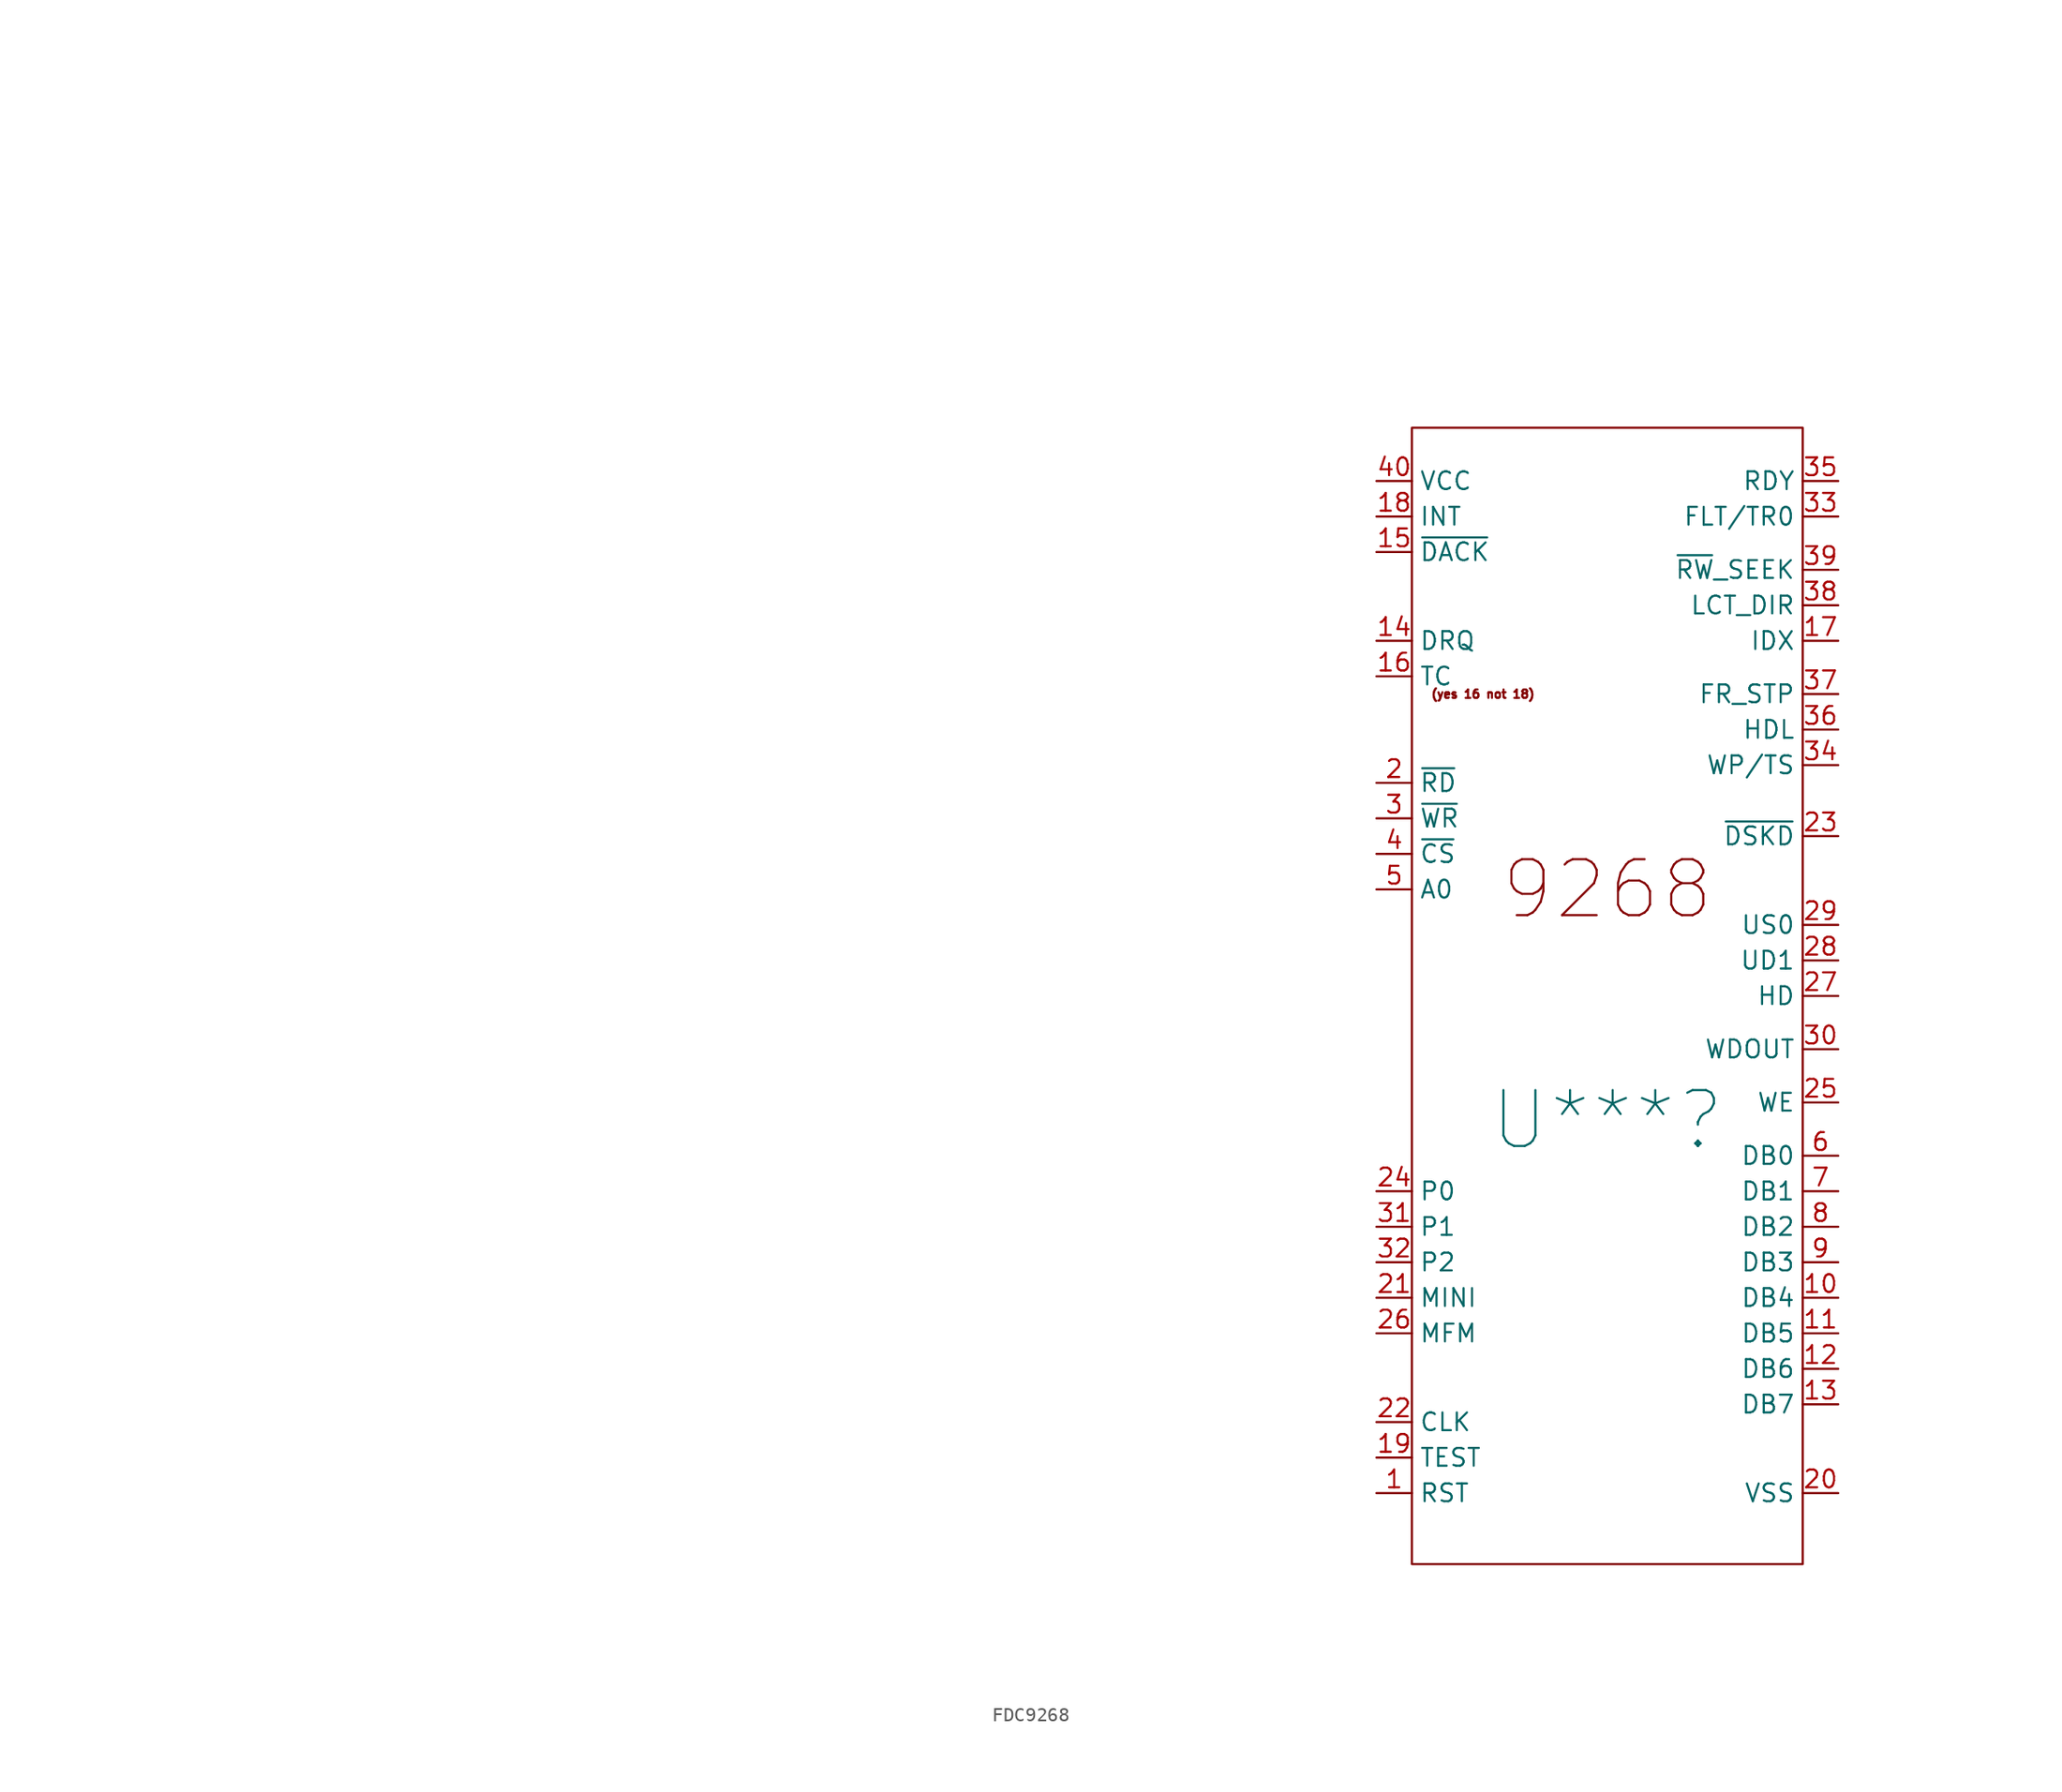
<source format=kicad_sym>
(kicad_symbol_lib
  (version 20220914)
  (generator kicad_symbol_editor)
  (symbol "FDC9268"
    (property "Reference" "U***"
      (at 0 -10.16 0)
      (effects (font (size 4 4))))
    (property "Value" ""
      (at -99.06 55.88 0)
      (effects (font (size 1.27 1.27))))
    (symbol "FDC9268_0_0"
      (pin input line (at -16.51 -36.83 0) (length 2.54) (name "RST" (effects (font (size 1.27 1.27)))) (number "1" (effects (font (size 1.27 1.27)))))
      (pin bidirectional line (at 16.51 -22.86 180) (length 2.54) (name "DB4" (effects (font (size 1.27 1.27)))) (number "10" (effects (font (size 1.27 1.27)))))
      (pin bidirectional line (at 16.51 -25.4 180) (length 2.54) (name "DB5" (effects (font (size 1.27 1.27)))) (number "11" (effects (font (size 1.27 1.27)))))
      (pin bidirectional line (at 16.51 -27.94 180) (length 2.54) (name "DB6" (effects (font (size 1.27 1.27)))) (number "12" (effects (font (size 1.27 1.27)))))
      (pin bidirectional line (at 16.51 -30.48 180) (length 2.54) (name "DB7" (effects (font (size 1.27 1.27)))) (number "13" (effects (font (size 1.27 1.27)))))
      (pin output line (at -16.51 24.13 0) (length 2.54) (name "DRQ" (effects (font (size 1.27 1.27)))) (number "14" (effects (font (size 1.27 1.27)))))
      (pin input line (at -16.51 30.48 0) (length 2.54) (name "~{DACK}" (effects (font (size 1.27 1.27)))) (number "15" (effects (font (size 1.27 1.27)))))
      (pin input line (at -16.51 21.59 0) (length 2.54) (name "TC" (effects (font (size 1.27 1.27)))) (number "16" (effects (font (size 1.27 1.27)))))
      (pin input line (at 16.51 24.13 180) (length 2.54) (name "IDX" (effects (font (size 1.27 1.27)))) (number "17" (effects (font (size 1.27 1.27)))))
      (pin output line (at -16.51 33.02 0) (length 2.54) (name "INT" (effects (font (size 1.27 1.27)))) (number "18" (effects (font (size 1.27 1.27)))))
      (pin input line (at -16.51 -34.29 0) (length 2.54) (name "TEST" (effects (font (size 1.27 1.27)))) (number "19" (effects (font (size 1.27 1.27)))))
      (pin input line (at -16.51 13.97 0) (length 2.54) (name "~{RD}" (effects (font (size 1.27 1.27)))) (number "2" (effects (font (size 1.27 1.27)))))
      (pin power_in line (at 16.51 -36.83 180) (length 2.54) (name "VSS" (effects (font (size 1.27 1.27)))) (number "20" (effects (font (size 1.27 1.27)))))
      (pin input line (at -16.51 -22.86 0) (length 2.54) (name "MINI" (effects (font (size 1.27 1.27)))) (number "21" (effects (font (size 1.27 1.27)))))
      (pin input line (at -16.51 -31.75 0) (length 2.54) (name "CLK" (effects (font (size 1.27 1.27)))) (number "22" (effects (font (size 1.27 1.27)))))
      (pin input line (at 16.51 10.16 180) (length 2.54) (name "~{DSKD}" (effects (font (size 1.27 1.27)))) (number "23" (effects (font (size 1.27 1.27)))))
      (pin input line (at -16.51 -15.24 0) (length 2.54) (name "P0" (effects (font (size 1.27 1.27)))) (number "24" (effects (font (size 1.27 1.27)))))
      (pin output line (at 16.51 -8.89 180) (length 2.54) (name "WE" (effects (font (size 1.27 1.27)))) (number "25" (effects (font (size 1.27 1.27)))))
      (pin output line (at -16.51 -25.4 0) (length 2.54) (name "MFM" (effects (font (size 1.27 1.27)))) (number "26" (effects (font (size 1.27 1.27)))))
      (pin output line (at 16.51 -1.27 180) (length 2.54) (name "HD" (effects (font (size 1.27 1.27)))) (number "27" (effects (font (size 1.27 1.27)))))
      (pin output line (at 16.51 1.27 180) (length 2.54) (name "UD1" (effects (font (size 1.27 1.27)))) (number "28" (effects (font (size 1.27 1.27)))))
      (pin output line (at 16.51 3.81 180) (length 2.54) (name "US0" (effects (font (size 1.27 1.27)))) (number "29" (effects (font (size 1.27 1.27)))))
      (pin input line (at -16.51 11.43 0) (length 2.54) (name "~{WR}" (effects (font (size 1.27 1.27)))) (number "3" (effects (font (size 1.27 1.27)))))
      (pin output line (at 16.51 -5.08 180) (length 2.54) (name "WDOUT" (effects (font (size 1.27 1.27)))) (number "30" (effects (font (size 1.27 1.27)))))
      (pin input line (at -16.51 -17.78 0) (length 2.54) (name "P1" (effects (font (size 1.27 1.27)))) (number "31" (effects (font (size 1.27 1.27)))))
      (pin input line (at -16.51 -20.32 0) (length 2.54) (name "P2" (effects (font (size 1.27 1.27)))) (number "32" (effects (font (size 1.27 1.27)))))
      (pin input line (at 16.51 33.02 180) (length 2.54) (name "FLT/TR0" (effects (font (size 1.27 1.27)))) (number "33" (effects (font (size 1.27 1.27)))))
      (pin input line (at 16.51 15.24 180) (length 2.54) (name "WP/TS" (effects (font (size 1.27 1.27)))) (number "34" (effects (font (size 1.27 1.27)))))
      (pin input line (at 16.51 35.56 180) (length 2.54) (name "RDY" (effects (font (size 1.27 1.27)))) (number "35" (effects (font (size 1.27 1.27)))))
      (pin output line (at 16.51 17.78 180) (length 2.54) (name "HDL" (effects (font (size 1.27 1.27)))) (number "36" (effects (font (size 1.27 1.27)))))
      (pin output line (at 16.51 20.32 180) (length 2.54) (name "FR_STP" (effects (font (size 1.27 1.27)))) (number "37" (effects (font (size 1.27 1.27)))))
      (pin output line (at 16.51 26.67 180) (length 2.54) (name "LCT_DIR" (effects (font (size 1.27 1.27)))) (number "38" (effects (font (size 1.27 1.27)))))
      (pin output line (at 16.51 29.21 180) (length 2.54) (name "~{RW}_SEEK" (effects (font (size 1.27 1.27)))) (number "39" (effects (font (size 1.27 1.27)))))
      (pin input line (at -16.51 8.89 0) (length 2.54) (name "~{CS}" (effects (font (size 1.27 1.27)))) (number "4" (effects (font (size 1.27 1.27)))))
      (pin power_in line (at -16.51 35.56 0) (length 2.54) (name "VCC" (effects (font (size 1.27 1.27)))) (number "40" (effects (font (size 1.27 1.27)))))
      (pin input line (at -16.51 6.35 0) (length 2.54) (name "A0" (effects (font (size 1.27 1.27)))) (number "5" (effects (font (size 1.27 1.27)))))
      (pin bidirectional line (at 16.51 -12.7 180) (length 2.54) (name "DB0" (effects (font (size 1.27 1.27)))) (number "6" (effects (font (size 1.27 1.27)))))
      (pin bidirectional line (at 16.51 -15.24 180) (length 2.54) (name "DB1" (effects (font (size 1.27 1.27)))) (number "7" (effects (font (size 1.27 1.27)))))
      (pin bidirectional line (at 16.51 -17.78 180) (length 2.54) (name "DB2" (effects (font (size 1.27 1.27)))) (number "8" (effects (font (size 1.27 1.27)))))
      (pin bidirectional line (at 16.51 -20.32 180) (length 2.54) (name "DB3" (effects (font (size 1.27 1.27)))) (number "9" (effects (font (size 1.27 1.27))))))
    (symbol "FDC9268_0_1"
      (rectangle (start -13.97 39.37) (end 13.97 -41.91) (stroke (width 0) (type default)) (fill (type none))))
    (symbol "FDC9268_1_1"
      (text "(yes 16 not 18)" (at -8.89 20.32 0) (effects (font (size 0.6 0.6))))
      (text "9268" (at 0 6.35 0) (effects (font (size 4 4)))))))
</source>
